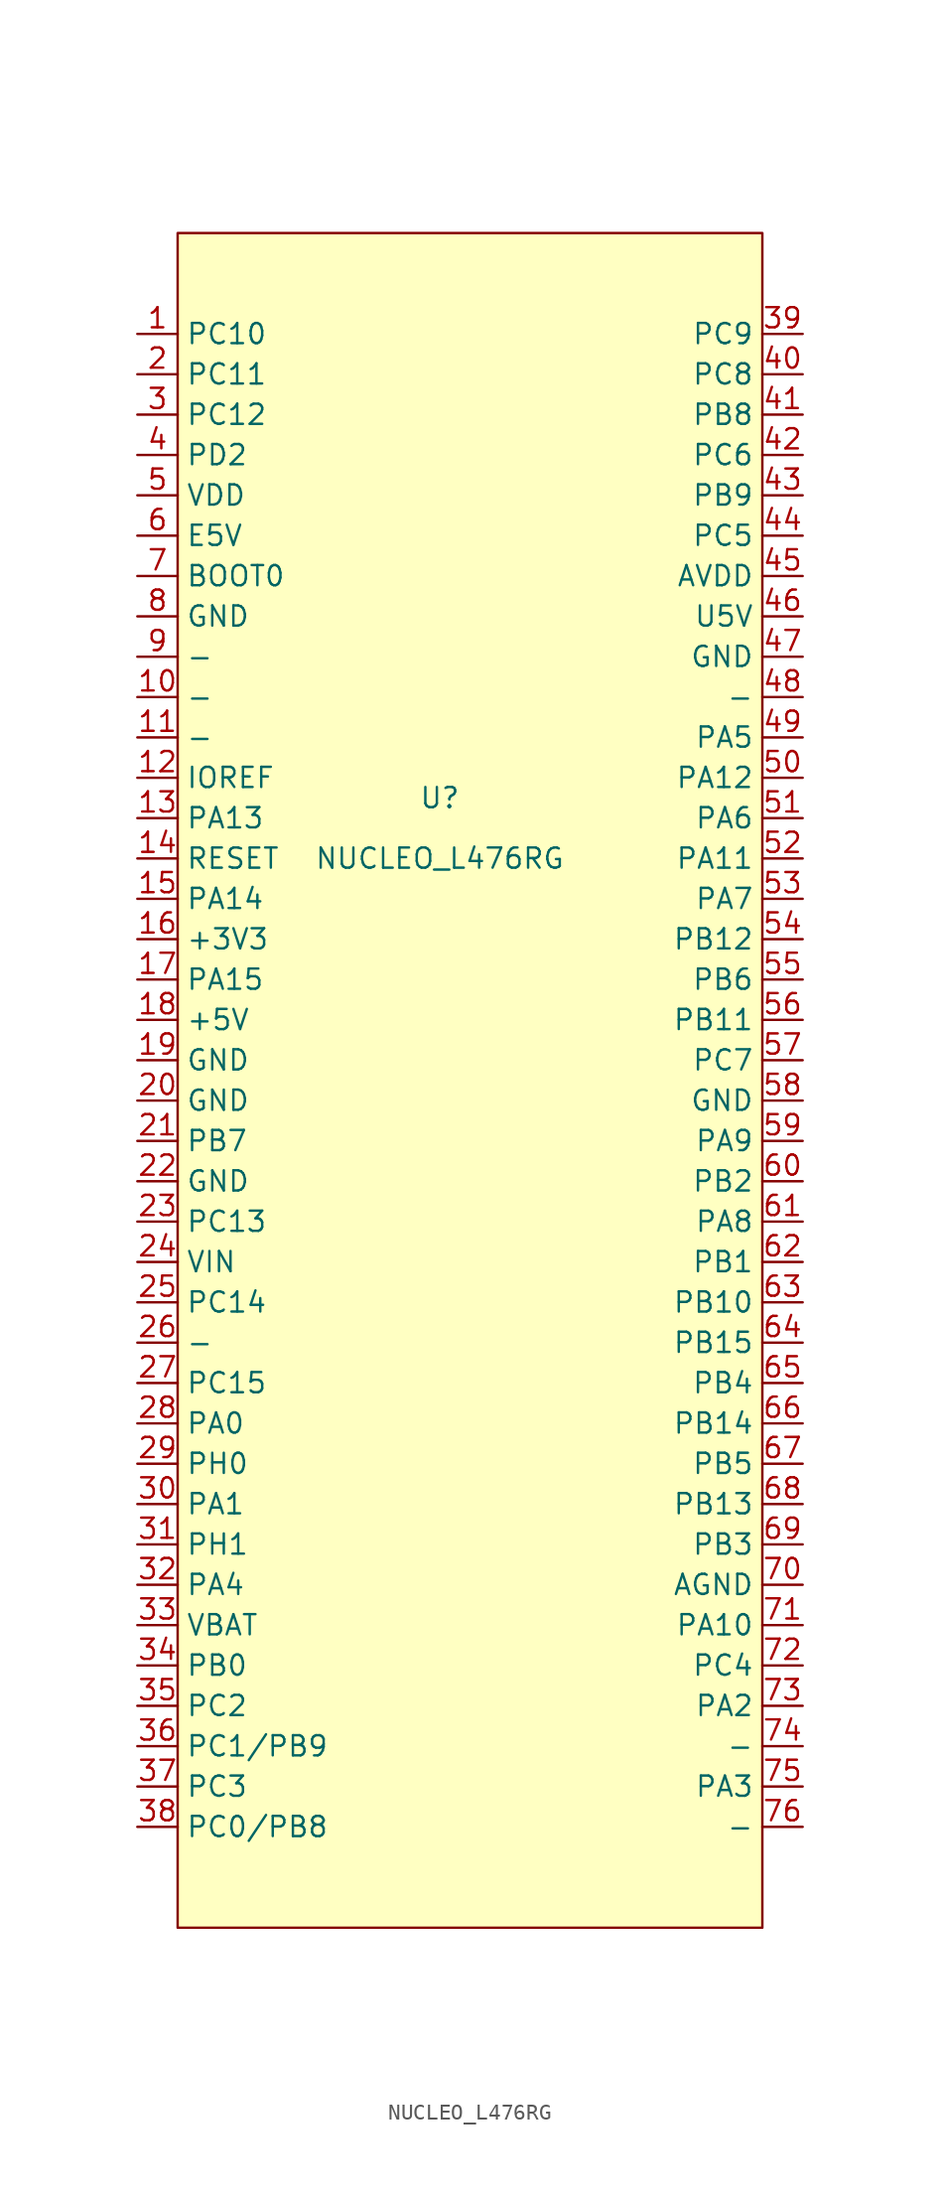
<source format=kicad_sym>
(kicad_symbol_lib
  (version 20220914)
  (generator kicad_symbol_editor)
  (symbol "NUCLEO_L476RG"
    (property "Reference" "U"
      (at -1.27 16.51 0)
      (effects (font (size 1.27 1.27))))
    (property "Value" "NUCLEO_L476RG"
      (at -1.27 12.7 0)
      (effects (font (size 1.27 1.27))))
    (symbol "NUCLEO_L476RG_0_0"
      (pin unspecified line (at -20.32 45.72 0) (length 2.54) (name "PC10" (effects (font (size 1.27 1.27)))) (number "1" (effects (font (size 1.27 1.27)))))
      (pin unspecified line (at -20.32 22.86 0) (length 2.54) (name "-" (effects (font (size 1.27 1.27)))) (number "10" (effects (font (size 1.27 1.27)))))
      (pin unspecified line (at -20.32 20.32 0) (length 2.54) (name "-" (effects (font (size 1.27 1.27)))) (number "11" (effects (font (size 1.27 1.27)))))
      (pin unspecified line (at -20.32 17.78 0) (length 2.54) (name "IOREF" (effects (font (size 1.27 1.27)))) (number "12" (effects (font (size 1.27 1.27)))))
      (pin unspecified line (at -20.32 15.24 0) (length 2.54) (name "PA13" (effects (font (size 1.27 1.27)))) (number "13" (effects (font (size 1.27 1.27)))))
      (pin unspecified line (at -20.32 12.7 0) (length 2.54) (name "RESET" (effects (font (size 1.27 1.27)))) (number "14" (effects (font (size 1.27 1.27)))))
      (pin unspecified line (at -20.32 10.16 0) (length 2.54) (name "PA14" (effects (font (size 1.27 1.27)))) (number "15" (effects (font (size 1.27 1.27)))))
      (pin unspecified line (at -20.32 7.62 0) (length 2.54) (name "+3V3" (effects (font (size 1.27 1.27)))) (number "16" (effects (font (size 1.27 1.27)))))
      (pin unspecified line (at -20.32 5.08 0) (length 2.54) (name "PA15" (effects (font (size 1.27 1.27)))) (number "17" (effects (font (size 1.27 1.27)))))
      (pin unspecified line (at -20.32 2.54 0) (length 2.54) (name "+5V" (effects (font (size 1.27 1.27)))) (number "18" (effects (font (size 1.27 1.27)))))
      (pin unspecified line (at -20.32 0 0) (length 2.54) (name "GND" (effects (font (size 1.27 1.27)))) (number "19" (effects (font (size 1.27 1.27)))))
      (pin unspecified line (at -20.32 43.18 0) (length 2.54) (name "PC11" (effects (font (size 1.27 1.27)))) (number "2" (effects (font (size 1.27 1.27)))))
      (pin unspecified line (at -20.32 -2.54 0) (length 2.54) (name "GND" (effects (font (size 1.27 1.27)))) (number "20" (effects (font (size 1.27 1.27)))))
      (pin unspecified line (at -20.32 -5.08 0) (length 2.54) (name "PB7" (effects (font (size 1.27 1.27)))) (number "21" (effects (font (size 1.27 1.27)))))
      (pin unspecified line (at -20.32 -7.62 0) (length 2.54) (name "GND" (effects (font (size 1.27 1.27)))) (number "22" (effects (font (size 1.27 1.27)))))
      (pin unspecified line (at -20.32 -10.16 0) (length 2.54) (name "PC13" (effects (font (size 1.27 1.27)))) (number "23" (effects (font (size 1.27 1.27)))))
      (pin unspecified line (at -20.32 -12.7 0) (length 2.54) (name "VIN" (effects (font (size 1.27 1.27)))) (number "24" (effects (font (size 1.27 1.27)))))
      (pin unspecified line (at -20.32 -15.24 0) (length 2.54) (name "PC14" (effects (font (size 1.27 1.27)))) (number "25" (effects (font (size 1.27 1.27)))))
      (pin unspecified line (at -20.32 -17.78 0) (length 2.54) (name "-" (effects (font (size 1.27 1.27)))) (number "26" (effects (font (size 1.27 1.27)))))
      (pin unspecified line (at -20.32 -20.32 0) (length 2.54) (name "PC15" (effects (font (size 1.27 1.27)))) (number "27" (effects (font (size 1.27 1.27)))))
      (pin unspecified line (at -20.32 -22.86 0) (length 2.54) (name "PA0" (effects (font (size 1.27 1.27)))) (number "28" (effects (font (size 1.27 1.27)))))
      (pin unspecified line (at -20.32 -25.4 0) (length 2.54) (name "PH0" (effects (font (size 1.27 1.27)))) (number "29" (effects (font (size 1.27 1.27)))))
      (pin unspecified line (at -20.32 40.64 0) (length 2.54) (name "PC12" (effects (font (size 1.27 1.27)))) (number "3" (effects (font (size 1.27 1.27)))))
      (pin unspecified line (at -20.32 -27.94 0) (length 2.54) (name "PA1" (effects (font (size 1.27 1.27)))) (number "30" (effects (font (size 1.27 1.27)))))
      (pin unspecified line (at -20.32 -30.48 0) (length 2.54) (name "PH1" (effects (font (size 1.27 1.27)))) (number "31" (effects (font (size 1.27 1.27)))))
      (pin unspecified line (at -20.32 -33.02 0) (length 2.54) (name "PA4" (effects (font (size 1.27 1.27)))) (number "32" (effects (font (size 1.27 1.27)))))
      (pin unspecified line (at -20.32 -38.1 0) (length 2.54) (name "PB0" (effects (font (size 1.27 1.27)))) (number "34" (effects (font (size 1.27 1.27)))))
      (pin unspecified line (at -20.32 -40.64 0) (length 2.54) (name "PC2" (effects (font (size 1.27 1.27)))) (number "35" (effects (font (size 1.27 1.27)))))
      (pin unspecified line (at -20.32 -43.18 0) (length 2.54) (name "PC1/PB9" (effects (font (size 1.27 1.27)))) (number "36" (effects (font (size 1.27 1.27)))))
      (pin unspecified line (at -20.32 -45.72 0) (length 2.54) (name "PC3" (effects (font (size 1.27 1.27)))) (number "37" (effects (font (size 1.27 1.27)))))
      (pin unspecified line (at -20.32 -48.26 0) (length 2.54) (name "PC0/PB8" (effects (font (size 1.27 1.27)))) (number "38" (effects (font (size 1.27 1.27)))))
      (pin unspecified line (at 21.59 45.72 180) (length 2.54) (name "PC9" (effects (font (size 1.27 1.27)))) (number "39" (effects (font (size 1.27 1.27)))))
      (pin unspecified line (at -20.32 38.1 0) (length 2.54) (name "PD2" (effects (font (size 1.27 1.27)))) (number "4" (effects (font (size 1.27 1.27)))))
      (pin unspecified line (at 21.59 43.18 180) (length 2.54) (name "PC8" (effects (font (size 1.27 1.27)))) (number "40" (effects (font (size 1.27 1.27)))))
      (pin unspecified line (at 21.59 40.64 180) (length 2.54) (name "PB8" (effects (font (size 1.27 1.27)))) (number "41" (effects (font (size 1.27 1.27)))))
      (pin unspecified line (at 21.59 38.1 180) (length 2.54) (name "PC6" (effects (font (size 1.27 1.27)))) (number "42" (effects (font (size 1.27 1.27)))))
      (pin unspecified line (at 21.59 35.56 180) (length 2.54) (name "PB9" (effects (font (size 1.27 1.27)))) (number "43" (effects (font (size 1.27 1.27)))))
      (pin unspecified line (at 21.59 33.02 180) (length 2.54) (name "PC5" (effects (font (size 1.27 1.27)))) (number "44" (effects (font (size 1.27 1.27)))))
      (pin unspecified line (at 21.59 30.48 180) (length 2.54) (name "AVDD" (effects (font (size 1.27 1.27)))) (number "45" (effects (font (size 1.27 1.27)))))
      (pin unspecified line (at 21.59 27.94 180) (length 2.54) (name "U5V" (effects (font (size 1.27 1.27)))) (number "46" (effects (font (size 1.27 1.27)))))
      (pin unspecified line (at 21.59 25.4 180) (length 2.54) (name "GND" (effects (font (size 1.27 1.27)))) (number "47" (effects (font (size 1.27 1.27)))))
      (pin unspecified line (at 21.59 22.86 180) (length 2.54) (name "-" (effects (font (size 1.27 1.27)))) (number "48" (effects (font (size 1.27 1.27)))))
      (pin unspecified line (at 21.59 20.32 180) (length 2.54) (name "PA5" (effects (font (size 1.27 1.27)))) (number "49" (effects (font (size 1.27 1.27)))))
      (pin unspecified line (at -20.32 35.56 0) (length 2.54) (name "VDD" (effects (font (size 1.27 1.27)))) (number "5" (effects (font (size 1.27 1.27)))))
      (pin unspecified line (at 21.59 17.78 180) (length 2.54) (name "PA12" (effects (font (size 1.27 1.27)))) (number "50" (effects (font (size 1.27 1.27)))))
      (pin unspecified line (at 21.59 15.24 180) (length 2.54) (name "PA6" (effects (font (size 1.27 1.27)))) (number "51" (effects (font (size 1.27 1.27)))))
      (pin unspecified line (at 21.59 12.7 180) (length 2.54) (name "PA11" (effects (font (size 1.27 1.27)))) (number "52" (effects (font (size 1.27 1.27)))))
      (pin unspecified line (at 21.59 10.16 180) (length 2.54) (name "PA7" (effects (font (size 1.27 1.27)))) (number "53" (effects (font (size 1.27 1.27)))))
      (pin unspecified line (at 21.59 7.62 180) (length 2.54) (name "PB12" (effects (font (size 1.27 1.27)))) (number "54" (effects (font (size 1.27 1.27)))))
      (pin unspecified line (at 21.59 5.08 180) (length 2.54) (name "PB6" (effects (font (size 1.27 1.27)))) (number "55" (effects (font (size 1.27 1.27)))))
      (pin unspecified line (at 21.59 2.54 180) (length 2.54) (name "PB11" (effects (font (size 1.27 1.27)))) (number "56" (effects (font (size 1.27 1.27)))))
      (pin unspecified line (at 21.59 0 180) (length 2.54) (name "PC7" (effects (font (size 1.27 1.27)))) (number "57" (effects (font (size 1.27 1.27)))))
      (pin unspecified line (at 21.59 -2.54 180) (length 2.54) (name "GND" (effects (font (size 1.27 1.27)))) (number "58" (effects (font (size 1.27 1.27)))))
      (pin unspecified line (at 21.59 -5.08 180) (length 2.54) (name "PA9" (effects (font (size 1.27 1.27)))) (number "59" (effects (font (size 1.27 1.27)))))
      (pin unspecified line (at -20.32 33.02 0) (length 2.54) (name "E5V" (effects (font (size 1.27 1.27)))) (number "6" (effects (font (size 1.27 1.27)))))
      (pin unspecified line (at 21.59 -7.62 180) (length 2.54) (name "PB2" (effects (font (size 1.27 1.27)))) (number "60" (effects (font (size 1.27 1.27)))))
      (pin unspecified line (at 21.59 -10.16 180) (length 2.54) (name "PA8" (effects (font (size 1.27 1.27)))) (number "61" (effects (font (size 1.27 1.27)))))
      (pin unspecified line (at 21.59 -12.7 180) (length 2.54) (name "PB1" (effects (font (size 1.27 1.27)))) (number "62" (effects (font (size 1.27 1.27)))))
      (pin unspecified line (at 21.59 -15.24 180) (length 2.54) (name "PB10" (effects (font (size 1.27 1.27)))) (number "63" (effects (font (size 1.27 1.27)))))
      (pin unspecified line (at 21.59 -17.78 180) (length 2.54) (name "PB15" (effects (font (size 1.27 1.27)))) (number "64" (effects (font (size 1.27 1.27)))))
      (pin unspecified line (at 21.59 -20.32 180) (length 2.54) (name "PB4" (effects (font (size 1.27 1.27)))) (number "65" (effects (font (size 1.27 1.27)))))
      (pin unspecified line (at 21.59 -22.86 180) (length 2.54) (name "PB14" (effects (font (size 1.27 1.27)))) (number "66" (effects (font (size 1.27 1.27)))))
      (pin unspecified line (at 21.59 -25.4 180) (length 2.54) (name "PB5" (effects (font (size 1.27 1.27)))) (number "67" (effects (font (size 1.27 1.27)))))
      (pin unspecified line (at 21.59 -27.94 180) (length 2.54) (name "PB13" (effects (font (size 1.27 1.27)))) (number "68" (effects (font (size 1.27 1.27)))))
      (pin unspecified line (at 21.59 -30.48 180) (length 2.54) (name "PB3" (effects (font (size 1.27 1.27)))) (number "69" (effects (font (size 1.27 1.27)))))
      (pin unspecified line (at -20.32 30.48 0) (length 2.54) (name "BOOT0" (effects (font (size 1.27 1.27)))) (number "7" (effects (font (size 1.27 1.27)))))
      (pin unspecified line (at 21.59 -33.02 180) (length 2.54) (name "AGND" (effects (font (size 1.27 1.27)))) (number "70" (effects (font (size 1.27 1.27)))))
      (pin unspecified line (at 21.59 -35.56 180) (length 2.54) (name "PA10" (effects (font (size 1.27 1.27)))) (number "71" (effects (font (size 1.27 1.27)))))
      (pin unspecified line (at 21.59 -38.1 180) (length 2.54) (name "PC4" (effects (font (size 1.27 1.27)))) (number "72" (effects (font (size 1.27 1.27)))))
      (pin unspecified line (at 21.59 -40.64 180) (length 2.54) (name "PA2" (effects (font (size 1.27 1.27)))) (number "73" (effects (font (size 1.27 1.27)))))
      (pin unspecified line (at 21.59 -43.18 180) (length 2.54) (name "-" (effects (font (size 1.27 1.27)))) (number "74" (effects (font (size 1.27 1.27)))))
      (pin unspecified line (at 21.59 -45.72 180) (length 2.54) (name "PA3" (effects (font (size 1.27 1.27)))) (number "75" (effects (font (size 1.27 1.27)))))
      (pin unspecified line (at 21.59 -48.26 180) (length 2.54) (name "-" (effects (font (size 1.27 1.27)))) (number "76" (effects (font (size 1.27 1.27)))))
      (pin unspecified line (at -20.32 27.94 0) (length 2.54) (name "GND" (effects (font (size 1.27 1.27)))) (number "8" (effects (font (size 1.27 1.27)))))
      (pin unspecified line (at -20.32 25.4 0) (length 2.54) (name "-" (effects (font (size 1.27 1.27)))) (number "9" (effects (font (size 1.27 1.27))))))
    (symbol "NUCLEO_L476RG_1_0"
      (pin unspecified line (at -20.32 -35.56 0) (length 2.54) (name "VBAT" (effects (font (size 1.27 1.27)))) (number "33" (effects (font (size 1.27 1.27))))))
    (symbol "NUCLEO_L476RG_1_1"
      (rectangle (start -17.78 52.07) (end 19.05 -54.61) (stroke (width 0) (type default)) (fill (type background))))))
</source>
